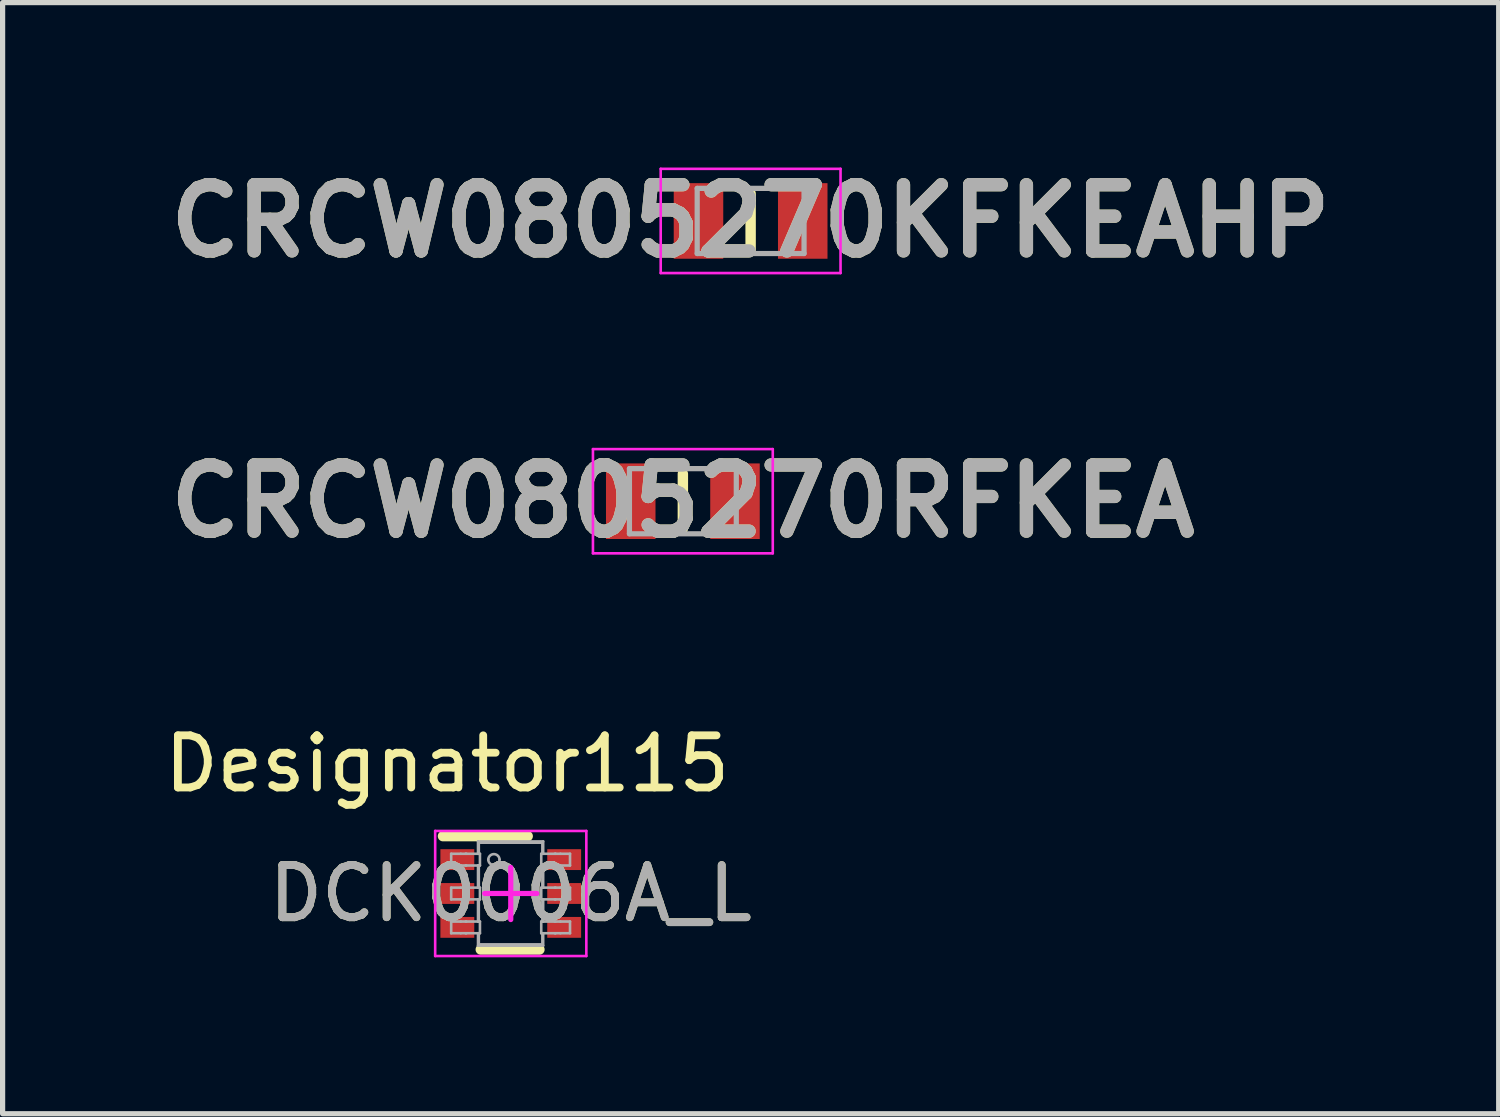
<source format=kicad_pcb>
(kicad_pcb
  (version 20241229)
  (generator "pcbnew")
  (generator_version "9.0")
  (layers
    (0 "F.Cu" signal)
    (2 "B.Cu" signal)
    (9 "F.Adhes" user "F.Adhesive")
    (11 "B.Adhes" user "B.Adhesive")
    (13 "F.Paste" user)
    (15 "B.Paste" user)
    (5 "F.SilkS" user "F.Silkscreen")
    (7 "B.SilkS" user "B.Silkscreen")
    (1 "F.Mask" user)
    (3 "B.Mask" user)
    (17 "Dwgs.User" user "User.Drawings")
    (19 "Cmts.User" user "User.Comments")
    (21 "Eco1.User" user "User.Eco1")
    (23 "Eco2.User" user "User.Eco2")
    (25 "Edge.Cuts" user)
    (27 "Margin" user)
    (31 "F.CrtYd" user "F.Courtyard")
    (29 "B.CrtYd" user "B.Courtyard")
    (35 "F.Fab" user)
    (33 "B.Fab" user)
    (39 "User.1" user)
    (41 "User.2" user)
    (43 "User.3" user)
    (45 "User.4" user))
  (footprint "CRCW0805270RFKEA"
    (layer "F.Cu")
    (at 10.051 6.566)
    (property "Reference" "CRCW0805270RFKEA" (at 0 0 0) (layer "F.SilkS") (effects (font (size 1.27 1.27) (thickness 0.254))))
    (attr smd)
    (fp_line (start 0 -0.525) (end 0 0.525) (stroke (width 0.2) (type solid)) (layer "F.SilkS"))
    (fp_line (start -1.725 -1) (end 1.725 -1) (stroke (width 0.05) (type solid)) (layer "F.CrtYd"))
    (fp_line (start -1.725 1) (end -1.725 -1) (stroke (width 0.05) (type solid)) (layer "F.CrtYd"))
    (fp_line (start 1.725 -1) (end 1.725 1) (stroke (width 0.05) (type solid)) (layer "F.CrtYd"))
    (fp_line (start 1.725 1) (end -1.725 1) (stroke (width 0.05) (type solid)) (layer "F.CrtYd"))
    (fp_line (start -1.025 -0.625) (end 1.025 -0.625) (stroke (width 0.1) (type solid)) (layer "F.Fab"))
    (fp_line (start -1.025 0.625) (end -1.025 -0.625) (stroke (width 0.1) (type solid)) (layer "F.Fab"))
    (fp_line (start 1.025 -0.625) (end 1.025 0.625) (stroke (width 0.1) (type solid)) (layer "F.Fab"))
    (fp_line (start 1.025 0.625) (end -1.025 0.625) (stroke (width 0.1) (type solid)) (layer "F.Fab"))
    (fp_text user "${REFERENCE}" (at 0 0 0) (layer "F.Fab") (effects (font (size 1.27 1.27) (thickness 0.254))))
    (pad "1" smd rect (at -1 0) (size 0.95 1.45) (layers "F.Cu" "F.Mask" "F.Paste"))
    (pad "2" smd rect (at 1 0) (size 0.95 1.45) (layers "F.Cu" "F.Mask" "F.Paste")))
  (footprint "CRCW0805270KFKEAHP"
    (layer "F.Cu")
    (at 11.351 1.189)
    (property "Reference" "CRCW0805270KFKEAHP" (at 0 0 0) (layer "F.SilkS") (effects (font (size 1.27 1.27) (thickness 0.254))))
    (attr smd)
    (fp_line (start 0 -0.525) (end 0 0.525) (stroke (width 0.2) (type solid)) (layer "F.SilkS"))
    (fp_line (start -1.725 -1) (end 1.725 -1) (stroke (width 0.05) (type solid)) (layer "F.CrtYd"))
    (fp_line (start -1.725 1) (end -1.725 -1) (stroke (width 0.05) (type solid)) (layer "F.CrtYd"))
    (fp_line (start 1.725 -1) (end 1.725 1) (stroke (width 0.05) (type solid)) (layer "F.CrtYd"))
    (fp_line (start 1.725 1) (end -1.725 1) (stroke (width 0.05) (type solid)) (layer "F.CrtYd"))
    (fp_line (start -1.025 -0.625) (end 1.025 -0.625) (stroke (width 0.1) (type solid)) (layer "F.Fab"))
    (fp_line (start -1.025 0.625) (end -1.025 -0.625) (stroke (width 0.1) (type solid)) (layer "F.Fab"))
    (fp_line (start 1.025 -0.625) (end 1.025 0.625) (stroke (width 0.1) (type solid)) (layer "F.Fab"))
    (fp_line (start 1.025 0.625) (end -1.025 0.625) (stroke (width 0.1) (type solid)) (layer "F.Fab"))
    (fp_text user "${REFERENCE}" (at 0 0 0) (layer "F.Fab") (effects (font (size 1.27 1.27) (thickness 0.254))))
    (pad "1" smd rect (at -1 0) (size 0.95 1.45) (layers "F.Cu" "F.Mask" "F.Paste"))
    (pad "2" smd rect (at 1 0) (size 0.95 1.45) (layers "F.Cu" "F.Mask" "F.Paste")))
  (footprint "DCK0006A_L"
    (layer "F.Cu")
    (at 6.749 14.092)
    (property "Reference" "DCK0006A_L" (at 0 0 0) (unlocked yes) (layer "F.SilkS") (effects (font (size 1 1) (thickness 0.15))))
    (attr smd)
    (fp_line (start -1.3 -1.1) (end 0.325 -1.1) (stroke (width 0.2) (type solid)) (layer "F.SilkS"))
    (fp_line (start -0.575 1.075) (end 0.55 1.075) (stroke (width 0.2) (type solid)) (layer "F.SilkS"))
    (fp_line (start -1.45 -1.2) (end 1.45 -1.2) (stroke (width 0.05) (type solid)) (layer "F.CrtYd"))
    (fp_line (start -1.45 1.2) (end -1.45 -1.2) (stroke (width 0.05) (type solid)) (layer "F.CrtYd"))
    (fp_line (start -1.45 1.2) (end 1.45 1.2) (stroke (width 0.05) (type solid)) (layer "F.CrtYd"))
    (fp_line (start -0.5 0) (end 0.5 0) (stroke (width 0.1) (type solid)) (layer "F.CrtYd"))
    (fp_line (start 0 0.5) (end 0 -0.5) (stroke (width 0.1) (type solid)) (layer "F.CrtYd"))
    (fp_line (start 1.45 1.2) (end 1.45 -1.2) (stroke (width 0.05) (type solid)) (layer "F.CrtYd"))
    (fp_line (start -1.143 -0.762) (end -0.959 -0.762) (stroke (width 0.05) (type solid)) (layer "F.Fab"))
    (fp_line (start -1.143 -0.537) (end -1.143 -0.762) (stroke (width 0.05) (type solid)) (layer "F.Fab"))
    (fp_line (start -1.143 -0.537) (end -0.959 -0.537) (stroke (width 0.05) (type solid)) (layer "F.Fab"))
    (fp_line (start -1.143 -0.112) (end -0.959 -0.112) (stroke (width 0.05) (type solid)) (layer "F.Fab"))
    (fp_line (start -1.143 0.113) (end -1.143 -0.112) (stroke (width 0.05) (type solid)) (layer "F.Fab"))
    (fp_line (start -1.143 0.113) (end -0.959 0.113) (stroke (width 0.05) (type solid)) (layer "F.Fab"))
    (fp_line (start -1.143 0.538) (end -0.959 0.538) (stroke (width 0.05) (type solid)) (layer "F.Fab"))
    (fp_line (start -1.143 0.763) (end -1.143 0.538) (stroke (width 0.05) (type solid)) (layer "F.Fab"))
    (fp_line (start -1.143 0.763) (end -0.959 0.763) (stroke (width 0.05) (type solid)) (layer "F.Fab"))
    (fp_line (start -0.959 -0.762) (end -0.865 -0.762) (stroke (width 0.05) (type solid)) (layer "F.Fab"))
    (fp_line (start -0.959 -0.537) (end -0.865 -0.537) (stroke (width 0.05) (type solid)) (layer "F.Fab"))
    (fp_line (start -0.959 -0.112) (end -0.865 -0.112) (stroke (width 0.05) (type solid)) (layer "F.Fab"))
    (fp_line (start -0.959 0.113) (end -0.865 0.113) (stroke (width 0.05) (type solid)) (layer "F.Fab"))
    (fp_line (start -0.959 0.538) (end -0.865 0.538) (stroke (width 0.05) (type solid)) (layer "F.Fab"))
    (fp_line (start -0.959 0.763) (end -0.865 0.763) (stroke (width 0.05) (type solid)) (layer "F.Fab"))
    (fp_line (start -0.865 -0.762) (end -0.853 -0.762) (stroke (width 0.05) (type solid)) (layer "F.Fab"))
    (fp_line (start -0.865 -0.537) (end -0.853 -0.537) (stroke (width 0.05) (type solid)) (layer "F.Fab"))
    (fp_line (start -0.865 -0.112) (end -0.853 -0.112) (stroke (width 0.05) (type solid)) (layer "F.Fab"))
    (fp_line (start -0.865 0.113) (end -0.853 0.113) (stroke (width 0.05) (type solid)) (layer "F.Fab"))
    (fp_line (start -0.865 0.538) (end -0.853 0.538) (stroke (width 0.05) (type solid)) (layer "F.Fab"))
    (fp_line (start -0.865 0.763) (end -0.853 0.763) (stroke (width 0.05) (type solid)) (layer "F.Fab"))
    (fp_line (start -0.853 -0.762) (end -0.628 -0.762) (stroke (width 0.05) (type solid)) (layer "F.Fab"))
    (fp_line (start -0.853 -0.537) (end -0.628 -0.537) (stroke (width 0.05) (type solid)) (layer "F.Fab"))
    (fp_line (start -0.853 -0.112) (end -0.628 -0.112) (stroke (width 0.05) (type solid)) (layer "F.Fab"))
    (fp_line (start -0.853 0.113) (end -0.628 0.113) (stroke (width 0.05) (type solid)) (layer "F.Fab"))
    (fp_line (start -0.853 0.538) (end -0.628 0.538) (stroke (width 0.05) (type solid)) (layer "F.Fab"))
    (fp_line (start -0.853 0.763) (end -0.628 0.763) (stroke (width 0.05) (type solid)) (layer "F.Fab"))
    (fp_line (start -0.628 -0.999) (end 0.622 -0.999) (stroke (width 0.05) (type solid)) (layer "F.Fab"))
    (fp_line (start -0.628 -0.762) (end -0.628 -0.999) (stroke (width 0.05) (type solid)) (layer "F.Fab"))
    (fp_line (start -0.628 -0.762) (end -0.591 -0.762) (stroke (width 0.05) (type solid)) (layer "F.Fab"))
    (fp_line (start -0.628 -0.537) (end -0.591 -0.537) (stroke (width 0.05) (type solid)) (layer "F.Fab"))
    (fp_line (start -0.628 -0.112) (end -0.628 -0.537) (stroke (width 0.05) (type solid)) (layer "F.Fab"))
    (fp_line (start -0.628 -0.112) (end -0.591 -0.112) (stroke (width 0.05) (type solid)) (layer "F.Fab"))
    (fp_line (start -0.628 0.113) (end -0.591 0.113) (stroke (width 0.05) (type solid)) (layer "F.Fab"))
    (fp_line (start -0.628 0.538) (end -0.628 0.113) (stroke (width 0.05) (type solid)) (layer "F.Fab"))
    (fp_line (start -0.628 0.538) (end -0.591 0.538) (stroke (width 0.05) (type solid)) (layer "F.Fab"))
    (fp_line (start -0.628 0.763) (end -0.591 0.763) (stroke (width 0.05) (type solid)) (layer "F.Fab"))
    (fp_line (start -0.628 1.001) (end -0.628 0.763) (stroke (width 0.05) (type solid)) (layer "F.Fab"))
    (fp_line (start -0.628 1.001) (end 0.622 1.001) (stroke (width 0.05) (type solid)) (layer "F.Fab"))
    (fp_line (start -0.613 -0.974) (end 0.607 -0.974) (stroke (width 0.05) (type solid)) (layer "F.Fab"))
    (fp_line (start -0.613 -0.762) (end -0.613 -0.974) (stroke (width 0.05) (type solid)) (layer "F.Fab"))
    (fp_line (start -0.613 -0.112) (end -0.613 -0.537) (stroke (width 0.05) (type solid)) (layer "F.Fab"))
    (fp_line (start -0.613 0.538) (end -0.613 0.113) (stroke (width 0.05) (type solid)) (layer "F.Fab"))
    (fp_line (start -0.613 0.976) (end -0.613 0.763) (stroke (width 0.05) (type solid)) (layer "F.Fab"))
    (fp_line (start -0.613 0.976) (end 0.607 0.976) (stroke (width 0.05) (type solid)) (layer "F.Fab"))
    (fp_line (start -0.591 -0.537) (end -0.591 -0.762) (stroke (width 0.05) (type solid)) (layer "F.Fab"))
    (fp_line (start -0.591 0.113) (end -0.591 -0.112) (stroke (width 0.05) (type solid)) (layer "F.Fab"))
    (fp_line (start -0.591 0.763) (end -0.591 0.538) (stroke (width 0.05) (type solid)) (layer "F.Fab"))
    (fp_line (start 0.585 -0.762) (end 0.622 -0.762) (stroke (width 0.05) (type solid)) (layer "F.Fab"))
    (fp_line (start 0.585 -0.537) (end 0.585 -0.762) (stroke (width 0.05) (type solid)) (layer "F.Fab"))
    (fp_line (start 0.585 -0.537) (end 0.622 -0.537) (stroke (width 0.05) (type solid)) (layer "F.Fab"))
    (fp_line (start 0.585 -0.112) (end 0.622 -0.112) (stroke (width 0.05) (type solid)) (layer "F.Fab"))
    (fp_line (start 0.585 0.113) (end 0.585 -0.112) (stroke (width 0.05) (type solid)) (layer "F.Fab"))
    (fp_line (start 0.585 0.113) (end 0.622 0.113) (stroke (width 0.05) (type solid)) (layer "F.Fab"))
    (fp_line (start 0.585 0.538) (end 0.622 0.538) (stroke (width 0.05) (type solid)) (layer "F.Fab"))
    (fp_line (start 0.585 0.763) (end 0.585 0.538) (stroke (width 0.05) (type solid)) (layer "F.Fab"))
    (fp_line (start 0.585 0.763) (end 0.622 0.763) (stroke (width 0.05) (type solid)) (layer "F.Fab"))
    (fp_line (start 0.607 -0.762) (end 0.607 -0.974) (stroke (width 0.05) (type solid)) (layer "F.Fab"))
    (fp_line (start 0.607 -0.112) (end 0.607 -0.537) (stroke (width 0.05) (type solid)) (layer "F.Fab"))
    (fp_line (start 0.607 0.538) (end 0.607 0.113) (stroke (width 0.05) (type solid)) (layer "F.Fab"))
    (fp_line (start 0.607 0.976) (end 0.607 0.763) (stroke (width 0.05) (type solid)) (layer "F.Fab"))
    (fp_line (start 0.622 -0.762) (end 0.622 -0.999) (stroke (width 0.05) (type solid)) (layer "F.Fab"))
    (fp_line (start 0.622 -0.762) (end 0.847 -0.762) (stroke (width 0.05) (type solid)) (layer "F.Fab"))
    (fp_line (start 0.622 -0.537) (end 0.847 -0.537) (stroke (width 0.05) (type solid)) (layer "F.Fab"))
    (fp_line (start 0.622 -0.112) (end 0.622 -0.537) (stroke (width 0.05) (type solid)) (layer "F.Fab"))
    (fp_line (start 0.622 -0.112) (end 0.847 -0.112) (stroke (width 0.05) (type solid)) (layer "F.Fab"))
    (fp_line (start 0.622 0.113) (end 0.847 0.113) (stroke (width 0.05) (type solid)) (layer "F.Fab"))
    (fp_line (start 0.622 0.538) (end 0.622 0.113) (stroke (width 0.05) (type solid)) (layer "F.Fab"))
    (fp_line (start 0.622 0.538) (end 0.847 0.538) (stroke (width 0.05) (type solid)) (layer "F.Fab"))
    (fp_line (start 0.622 0.763) (end 0.847 0.763) (stroke (width 0.05) (type solid)) (layer "F.Fab"))
    (fp_line (start 0.622 1.001) (end 0.622 0.763) (stroke (width 0.05) (type solid)) (layer "F.Fab"))
    (fp_line (start 0.847 -0.762) (end 0.859 -0.762) (stroke (width 0.05) (type solid)) (layer "F.Fab"))
    (fp_line (start 0.847 -0.537) (end 0.859 -0.537) (stroke (width 0.05) (type solid)) (layer "F.Fab"))
    (fp_line (start 0.847 -0.112) (end 0.859 -0.112) (stroke (width 0.05) (type solid)) (layer "F.Fab"))
    (fp_line (start 0.847 0.113) (end 0.859 0.113) (stroke (width 0.05) (type solid)) (layer "F.Fab"))
    (fp_line (start 0.847 0.538) (end 0.859 0.538) (stroke (width 0.05) (type solid)) (layer "F.Fab"))
    (fp_line (start 0.847 0.763) (end 0.859 0.763) (stroke (width 0.05) (type solid)) (layer "F.Fab"))
    (fp_line (start 0.859 -0.762) (end 0.953 -0.762) (stroke (width 0.05) (type solid)) (layer "F.Fab"))
    (fp_line (start 0.859 -0.537) (end 0.953 -0.537) (stroke (width 0.05) (type solid)) (layer "F.Fab"))
    (fp_line (start 0.859 -0.112) (end 0.953 -0.112) (stroke (width 0.05) (type solid)) (layer "F.Fab"))
    (fp_line (start 0.859 0.113) (end 0.953 0.113) (stroke (width 0.05) (type solid)) (layer "F.Fab"))
    (fp_line (start 0.859 0.538) (end 0.953 0.538) (stroke (width 0.05) (type solid)) (layer "F.Fab"))
    (fp_line (start 0.859 0.763) (end 0.953 0.763) (stroke (width 0.05) (type solid)) (layer "F.Fab"))
    (fp_line (start 0.953 -0.762) (end 1.137 -0.762) (stroke (width 0.05) (type solid)) (layer "F.Fab"))
    (fp_line (start 0.953 -0.537) (end 1.137 -0.537) (stroke (width 0.05) (type solid)) (layer "F.Fab"))
    (fp_line (start 0.953 -0.112) (end 1.137 -0.112) (stroke (width 0.05) (type solid)) (layer "F.Fab"))
    (fp_line (start 0.953 0.113) (end 1.137 0.113) (stroke (width 0.05) (type solid)) (layer "F.Fab"))
    (fp_line (start 0.953 0.538) (end 1.137 0.538) (stroke (width 0.05) (type solid)) (layer "F.Fab"))
    (fp_line (start 0.953 0.763) (end 1.137 0.763) (stroke (width 0.05) (type solid)) (layer "F.Fab"))
    (fp_line (start 1.137 -0.537) (end 1.137 -0.762) (stroke (width 0.05) (type solid)) (layer "F.Fab"))
    (fp_line (start 1.137 0.113) (end 1.137 -0.112) (stroke (width 0.05) (type solid)) (layer "F.Fab"))
    (fp_line (start 1.137 0.763) (end 1.137 0.538) (stroke (width 0.05) (type solid)) (layer "F.Fab"))
    (fp_arc (start -0.431546 -0.650138) (mid -0.323177 -0.758507) (end -0.214808 -0.650138) (stroke (width 0.05) (type solid)) (layer "F.Fab"))
    (fp_arc (start -0.214808 -0.650138) (mid -0.323177 -0.541769) (end -0.431546 -0.650138) (stroke (width 0.05) (type solid)) (layer "F.Fab"))
    (fp_text user "Designator115" (at -1.219 -2.489 0) (unlocked yes) (layer "F.SilkS") (effects (font (size 1 1) (thickness 0.15))))
    (fp_text user "${REFERENCE}" (at 0 0 0) (unlocked yes) (layer "F.Fab") (effects (font (size 1 1) (thickness 0.15))))
    (pad "1" smd rect (at -1.025 -0.65 90) (size 0.4 0.65) (layers "F.Cu" "F.Mask" "F.Paste"))
    (pad "2" smd rect (at -1.025 0 90) (size 0.4 0.65) (layers "F.Cu" "F.Mask" "F.Paste"))
    (pad "3" smd rect (at -1.025 0.65 90) (size 0.4 0.65) (layers "F.Cu" "F.Mask" "F.Paste"))
    (pad "4" smd rect (at 1.025 0.65 90) (size 0.4 0.65) (layers "F.Cu" "F.Mask" "F.Paste"))
    (pad "5" smd rect (at 1.025 0 90) (size 0.4 0.65) (layers "F.Cu" "F.Mask" "F.Paste"))
    (pad "6" smd rect (at 1.025 -0.65 90) (size 0.4 0.65) (layers "F.Cu" "F.Mask" "F.Paste")))
  (gr_rect
    (start -3 -3)
    (end 25.703 18.317)
    (stroke (width 0.1) (type default))
    (fill no)
    (layer "Edge.Cuts")))
</source>
